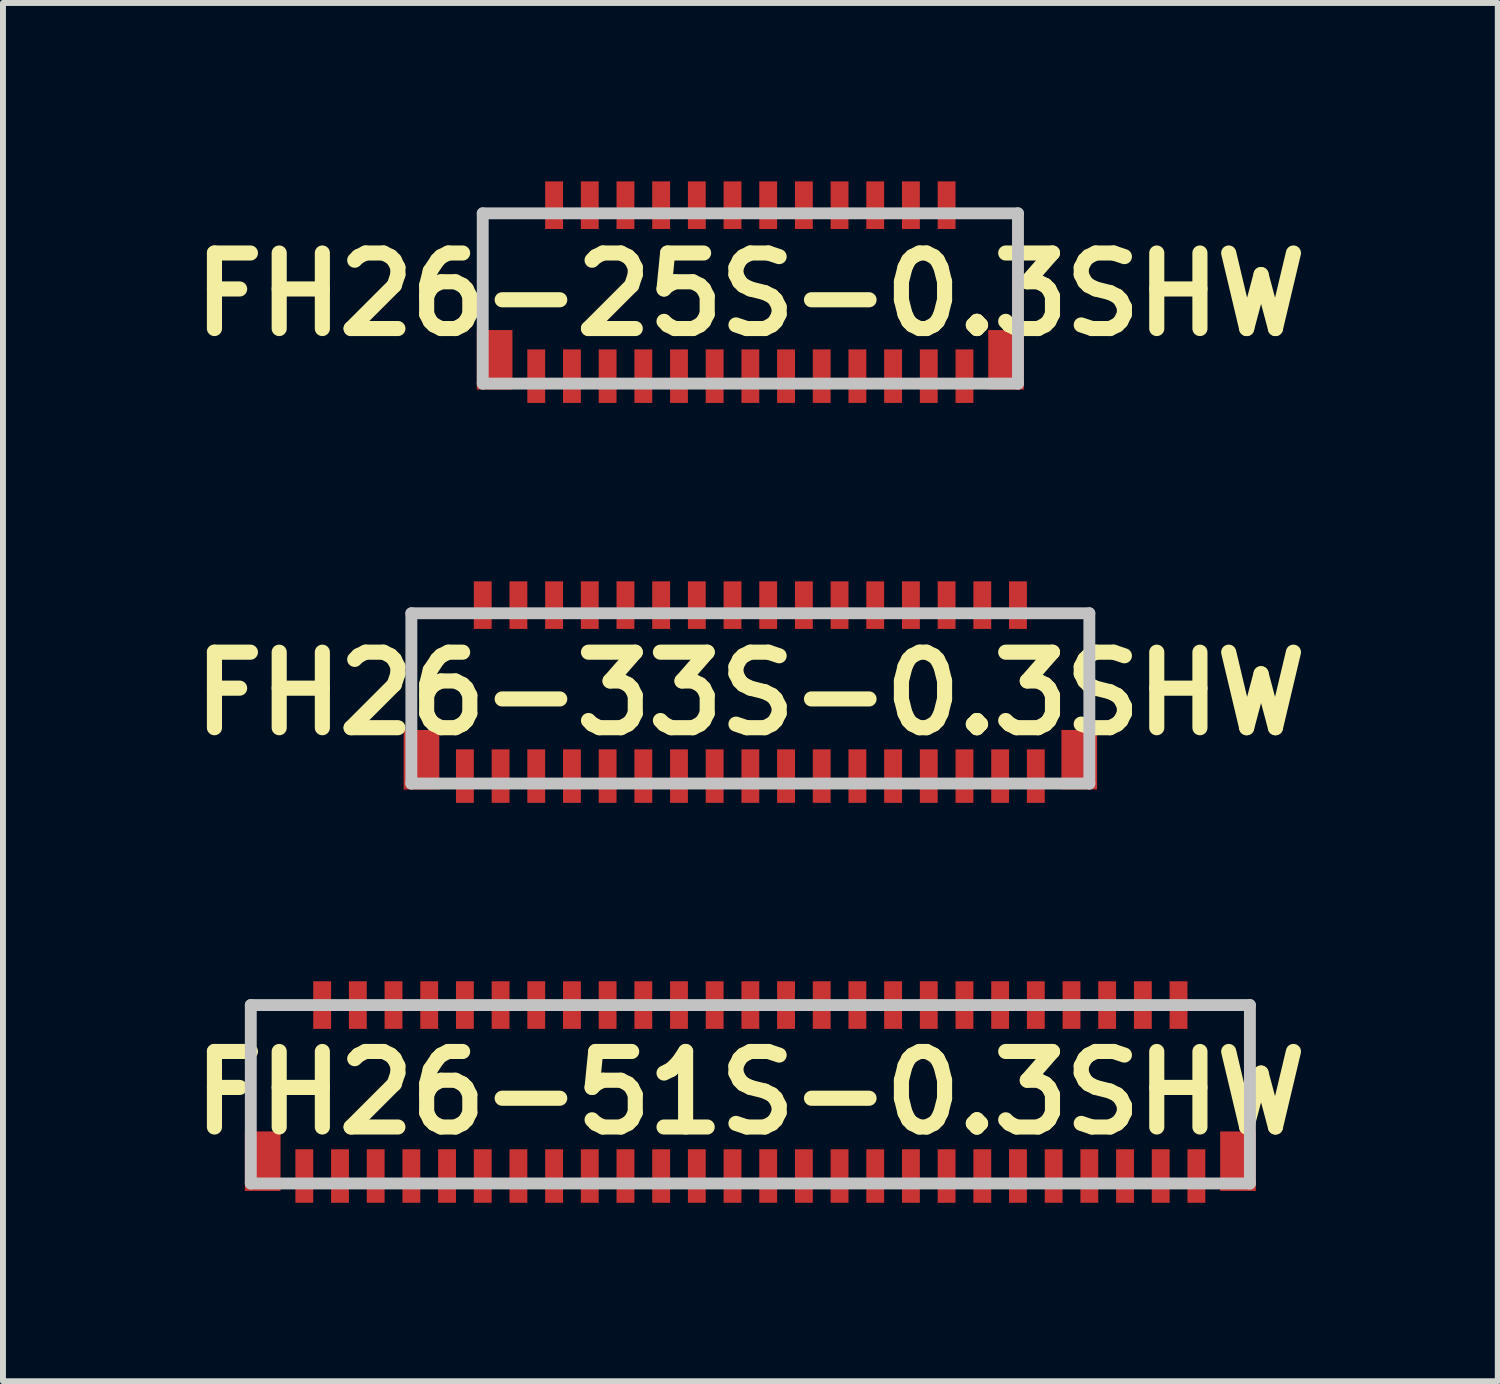
<source format=kicad_pcb>
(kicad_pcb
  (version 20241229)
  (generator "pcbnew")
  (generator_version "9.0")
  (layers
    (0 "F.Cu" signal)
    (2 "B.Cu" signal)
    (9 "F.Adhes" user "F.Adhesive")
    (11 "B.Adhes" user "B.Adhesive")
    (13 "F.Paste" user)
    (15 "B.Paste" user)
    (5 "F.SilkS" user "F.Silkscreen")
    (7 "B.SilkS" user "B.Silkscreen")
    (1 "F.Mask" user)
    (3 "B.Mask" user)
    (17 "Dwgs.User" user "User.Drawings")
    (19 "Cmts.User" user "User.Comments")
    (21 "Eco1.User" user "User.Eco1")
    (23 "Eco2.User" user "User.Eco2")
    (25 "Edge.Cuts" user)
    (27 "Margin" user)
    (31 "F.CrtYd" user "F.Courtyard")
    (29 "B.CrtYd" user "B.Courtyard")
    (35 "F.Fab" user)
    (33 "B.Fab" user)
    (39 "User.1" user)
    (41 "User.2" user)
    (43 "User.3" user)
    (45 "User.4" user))
  (footprint "FH26-33S-0.3SHW"
    (layer "F.Cu")
    (at 9.567 8.625)
    (property "Reference" "FH26-33S-0.3SHW" (at 0 -0.013 0) (layer "F.SilkS") (effects (font (size 1.27 1.27) (thickness 0.254))))
    (attr smd)
    (fp_line (start -5.7 -1.363) (end -5.7 0.287) (stroke (width 0.15) (type solid)) (layer "F.SilkS"))
    (fp_line (start -5.7 1.5) (end 5.7 1.5) (stroke (width 0.15) (type solid)) (layer "F.SilkS"))
    (fp_line (start 5.7 -1.363) (end 5.7 0.287) (stroke (width 0.15) (type solid)) (layer "F.SilkS"))
    (fp_line (start -5.7 -1.363) (end 5.7 -1.363) (stroke (width 0.2) (type solid)) (layer "Dwgs.User"))
    (fp_line (start -5.7 1.5) (end -5.7 -1.363) (stroke (width 0.2) (type solid)) (layer "Dwgs.User"))
    (fp_line (start 5.7 -1.363) (end 5.7 1.5) (stroke (width 0.2) (type solid)) (layer "Dwgs.User"))
    (fp_line (start 5.7 1.5) (end -5.7 1.5) (stroke (width 0.2) (type solid)) (layer "Dwgs.User"))
    (pad "1" smd rect (at -4.8 1.375) (size 0.3 0.9) (layers "F.Cu" "F.Mask" "F.Paste"))
    (pad "2" smd rect (at -4.5 -1.5) (size 0.3 0.8) (layers "F.Cu" "F.Mask" "F.Paste"))
    (pad "3" smd rect (at -4.2 1.375) (size 0.3 0.9) (layers "F.Cu" "F.Mask" "F.Paste"))
    (pad "4" smd rect (at -3.9 -1.5) (size 0.3 0.8) (layers "F.Cu" "F.Mask" "F.Paste"))
    (pad "5" smd rect (at -3.6 1.375) (size 0.3 0.9) (layers "F.Cu" "F.Mask" "F.Paste"))
    (pad "6" smd rect (at -3.3 -1.5) (size 0.3 0.8) (layers "F.Cu" "F.Mask" "F.Paste"))
    (pad "7" smd rect (at -3 1.375) (size 0.3 0.9) (layers "F.Cu" "F.Mask" "F.Paste"))
    (pad "8" smd rect (at -2.7 -1.5) (size 0.3 0.8) (layers "F.Cu" "F.Mask" "F.Paste"))
    (pad "9" smd rect (at -2.4 1.375) (size 0.3 0.9) (layers "F.Cu" "F.Mask" "F.Paste"))
    (pad "10" smd rect (at -2.1 -1.5) (size 0.3 0.8) (layers "F.Cu" "F.Mask" "F.Paste"))
    (pad "11" smd rect (at -1.8 1.375) (size 0.3 0.9) (layers "F.Cu" "F.Mask" "F.Paste"))
    (pad "12" smd rect (at -1.5 -1.5) (size 0.3 0.8) (layers "F.Cu" "F.Mask" "F.Paste"))
    (pad "13" smd rect (at -1.2 1.375) (size 0.3 0.9) (layers "F.Cu" "F.Mask" "F.Paste"))
    (pad "14" smd rect (at -0.9 -1.5) (size 0.3 0.8) (layers "F.Cu" "F.Mask" "F.Paste"))
    (pad "15" smd rect (at -0.6 1.375) (size 0.3 0.9) (layers "F.Cu" "F.Mask" "F.Paste"))
    (pad "16" smd rect (at -0.3 -1.5) (size 0.3 0.8) (layers "F.Cu" "F.Mask" "F.Paste"))
    (pad "17" smd rect (at 0 1.375) (size 0.3 0.9) (layers "F.Cu" "F.Mask" "F.Paste"))
    (pad "18" smd rect (at 0.3 -1.5) (size 0.3 0.8) (layers "F.Cu" "F.Mask" "F.Paste"))
    (pad "19" smd rect (at 0.6 1.375) (size 0.3 0.9) (layers "F.Cu" "F.Mask" "F.Paste"))
    (pad "20" smd rect (at 0.9 -1.5) (size 0.3 0.8) (layers "F.Cu" "F.Mask" "F.Paste"))
    (pad "21" smd rect (at 1.2 1.375) (size 0.3 0.9) (layers "F.Cu" "F.Mask" "F.Paste"))
    (pad "22" smd rect (at 1.5 -1.5) (size 0.3 0.8) (layers "F.Cu" "F.Mask" "F.Paste"))
    (pad "23" smd rect (at 1.8 1.375) (size 0.3 0.9) (layers "F.Cu" "F.Mask" "F.Paste"))
    (pad "24" smd rect (at 2.1 -1.5) (size 0.3 0.8) (layers "F.Cu" "F.Mask" "F.Paste"))
    (pad "25" smd rect (at 2.4 1.375) (size 0.3 0.9) (layers "F.Cu" "F.Mask" "F.Paste"))
    (pad "26" smd rect (at 2.7 -1.5) (size 0.3 0.8) (layers "F.Cu" "F.Mask" "F.Paste"))
    (pad "27" smd rect (at 3 1.375) (size 0.3 0.9) (layers "F.Cu" "F.Mask" "F.Paste"))
    (pad "28" smd rect (at 3.3 -1.5) (size 0.3 0.8) (layers "F.Cu" "F.Mask" "F.Paste"))
    (pad "29" smd rect (at 3.6 1.375) (size 0.3 0.9) (layers "F.Cu" "F.Mask" "F.Paste"))
    (pad "30" smd rect (at 3.9 -1.5) (size 0.3 0.8) (layers "F.Cu" "F.Mask" "F.Paste"))
    (pad "31" smd rect (at 4.2 1.375) (size 0.3 0.9) (layers "F.Cu" "F.Mask" "F.Paste"))
    (pad "32" smd rect (at 4.5 -1.5) (size 0.3 0.8) (layers "F.Cu" "F.Mask" "F.Paste"))
    (pad "33" smd rect (at 4.8 1.375) (size 0.3 0.9) (layers "F.Cu" "F.Mask" "F.Paste"))
    (pad "SH1" smd rect (at -5.53 1.1) (size 0.6 1) (layers "F.Cu" "F.Mask" "F.Paste"))
    (pad "SH2" smd rect (at 5.53 1.099) (size 0.6 1) (layers "F.Cu" "F.Mask" "F.Paste")))
  (footprint "FH26-51S-0.3SHW"
    (layer "F.Cu")
    (at 9.567 15.35)
    (property "Reference" "FH26-51S-0.3SHW" (at 0 -0.024 0) (layer "F.SilkS") (effects (font (size 1.27 1.27) (thickness 0.254))))
    (attr smd)
    (fp_line (start -8.4 -1.5) (end -7.5 -1.5) (stroke (width 0.1) (type solid)) (layer "F.SilkS"))
    (fp_line (start -8.4 0.5) (end -8.4 -1.5) (stroke (width 0.1) (type solid)) (layer "F.SilkS"))
    (fp_line (start 7.5 -1.5) (end 8.4 -1.5) (stroke (width 0.1) (type solid)) (layer "F.SilkS"))
    (fp_line (start 8.4 -1.5) (end 8.4 0.5) (stroke (width 0.1) (type solid)) (layer "F.SilkS"))
    (fp_line (start -8.4 -1.5) (end 8.4 -1.5) (stroke (width 0.2) (type solid)) (layer "Dwgs.User"))
    (fp_line (start -8.4 1.5) (end -8.4 -1.5) (stroke (width 0.2) (type solid)) (layer "Dwgs.User"))
    (fp_line (start 8.4 -1.5) (end 8.4 1.5) (stroke (width 0.2) (type solid)) (layer "Dwgs.User"))
    (fp_line (start 8.4 1.5) (end -8.4 1.5) (stroke (width 0.2) (type solid)) (layer "Dwgs.User"))
    (pad "1" smd rect (at -7.5 1.375) (size 0.3 0.9) (layers "F.Cu" "F.Mask" "F.Paste"))
    (pad "2" smd rect (at -6.9 1.375) (size 0.3 0.9) (layers "F.Cu" "F.Mask" "F.Paste"))
    (pad "3" smd rect (at -6.3 1.375) (size 0.3 0.9) (layers "F.Cu" "F.Mask" "F.Paste"))
    (pad "4" smd rect (at -5.7 1.375) (size 0.3 0.9) (layers "F.Cu" "F.Mask" "F.Paste"))
    (pad "5" smd rect (at -5.1 1.375) (size 0.3 0.9) (layers "F.Cu" "F.Mask" "F.Paste"))
    (pad "6" smd rect (at -4.5 1.375) (size 0.3 0.9) (layers "F.Cu" "F.Mask" "F.Paste"))
    (pad "7" smd rect (at -3.9 1.375) (size 0.3 0.9) (layers "F.Cu" "F.Mask" "F.Paste"))
    (pad "8" smd rect (at -3.3 1.375) (size 0.3 0.9) (layers "F.Cu" "F.Mask" "F.Paste"))
    (pad "9" smd rect (at -2.7 1.375) (size 0.3 0.9) (layers "F.Cu" "F.Mask" "F.Paste"))
    (pad "10" smd rect (at -2.1 1.375) (size 0.3 0.9) (layers "F.Cu" "F.Mask" "F.Paste"))
    (pad "11" smd rect (at -1.5 1.375) (size 0.3 0.9) (layers "F.Cu" "F.Mask" "F.Paste"))
    (pad "12" smd rect (at -0.9 1.375) (size 0.3 0.9) (layers "F.Cu" "F.Mask" "F.Paste"))
    (pad "13" smd rect (at -0.3 1.375) (size 0.3 0.9) (layers "F.Cu" "F.Mask" "F.Paste"))
    (pad "14" smd rect (at 0.3 1.375) (size 0.3 0.9) (layers "F.Cu" "F.Mask" "F.Paste"))
    (pad "15" smd rect (at 0.9 1.375) (size 0.3 0.9) (layers "F.Cu" "F.Mask" "F.Paste"))
    (pad "16" smd rect (at 1.5 1.375) (size 0.3 0.9) (layers "F.Cu" "F.Mask" "F.Paste"))
    (pad "17" smd rect (at 2.1 1.375) (size 0.3 0.9) (layers "F.Cu" "F.Mask" "F.Paste"))
    (pad "18" smd rect (at 2.7 1.375) (size 0.3 0.9) (layers "F.Cu" "F.Mask" "F.Paste"))
    (pad "19" smd rect (at 3.3 1.375) (size 0.3 0.9) (layers "F.Cu" "F.Mask" "F.Paste"))
    (pad "20" smd rect (at 3.9 1.375) (size 0.3 0.9) (layers "F.Cu" "F.Mask" "F.Paste"))
    (pad "21" smd rect (at 4.5 1.375) (size 0.3 0.9) (layers "F.Cu" "F.Mask" "F.Paste"))
    (pad "22" smd rect (at 5.1 1.375) (size 0.3 0.9) (layers "F.Cu" "F.Mask" "F.Paste"))
    (pad "23" smd rect (at 5.7 1.375) (size 0.3 0.9) (layers "F.Cu" "F.Mask" "F.Paste"))
    (pad "24" smd rect (at 6.3 1.375) (size 0.3 0.9) (layers "F.Cu" "F.Mask" "F.Paste"))
    (pad "25" smd rect (at 6.9 1.375) (size 0.3 0.9) (layers "F.Cu" "F.Mask" "F.Paste"))
    (pad "26" smd rect (at 7.5 1.375) (size 0.3 0.9) (layers "F.Cu" "F.Mask" "F.Paste"))
    (pad "27" smd rect (at -7.2 -1.5) (size 0.3 0.8) (layers "F.Cu" "F.Mask" "F.Paste"))
    (pad "28" smd rect (at -6.6 -1.5) (size 0.3 0.8) (layers "F.Cu" "F.Mask" "F.Paste"))
    (pad "29" smd rect (at -6 -1.5) (size 0.3 0.8) (layers "F.Cu" "F.Mask" "F.Paste"))
    (pad "30" smd rect (at -5.4 -1.5) (size 0.3 0.8) (layers "F.Cu" "F.Mask" "F.Paste"))
    (pad "31" smd rect (at -4.8 -1.5) (size 0.3 0.8) (layers "F.Cu" "F.Mask" "F.Paste"))
    (pad "32" smd rect (at -4.2 -1.5) (size 0.3 0.8) (layers "F.Cu" "F.Mask" "F.Paste"))
    (pad "33" smd rect (at -3.6 -1.5) (size 0.3 0.8) (layers "F.Cu" "F.Mask" "F.Paste"))
    (pad "34" smd rect (at -3 -1.5) (size 0.3 0.8) (layers "F.Cu" "F.Mask" "F.Paste"))
    (pad "35" smd rect (at -2.4 -1.5) (size 0.3 0.8) (layers "F.Cu" "F.Mask" "F.Paste"))
    (pad "36" smd rect (at -1.8 -1.5) (size 0.3 0.8) (layers "F.Cu" "F.Mask" "F.Paste"))
    (pad "37" smd rect (at -1.2 -1.5) (size 0.3 0.8) (layers "F.Cu" "F.Mask" "F.Paste"))
    (pad "38" smd rect (at -0.6 -1.5) (size 0.3 0.8) (layers "F.Cu" "F.Mask" "F.Paste"))
    (pad "39" smd rect (at 0 -1.5) (size 0.3 0.8) (layers "F.Cu" "F.Mask" "F.Paste"))
    (pad "40" smd rect (at 0.6 -1.5) (size 0.3 0.8) (layers "F.Cu" "F.Mask" "F.Paste"))
    (pad "41" smd rect (at 1.2 -1.5) (size 0.3 0.8) (layers "F.Cu" "F.Mask" "F.Paste"))
    (pad "42" smd rect (at 1.8 -1.5) (size 0.3 0.8) (layers "F.Cu" "F.Mask" "F.Paste"))
    (pad "43" smd rect (at 2.4 -1.5) (size 0.3 0.8) (layers "F.Cu" "F.Mask" "F.Paste"))
    (pad "44" smd rect (at 3 -1.5) (size 0.3 0.8) (layers "F.Cu" "F.Mask" "F.Paste"))
    (pad "45" smd rect (at 3.6 -1.5) (size 0.3 0.8) (layers "F.Cu" "F.Mask" "F.Paste"))
    (pad "46" smd rect (at 4.2 -1.5) (size 0.3 0.8) (layers "F.Cu" "F.Mask" "F.Paste"))
    (pad "47" smd rect (at 4.8 -1.5) (size 0.3 0.8) (layers "F.Cu" "F.Mask" "F.Paste"))
    (pad "48" smd rect (at 5.4 -1.5) (size 0.3 0.8) (layers "F.Cu" "F.Mask" "F.Paste"))
    (pad "49" smd rect (at 6 -1.5) (size 0.3 0.8) (layers "F.Cu" "F.Mask" "F.Paste"))
    (pad "50" smd rect (at 6.6 -1.5) (size 0.3 0.8) (layers "F.Cu" "F.Mask" "F.Paste"))
    (pad "51" smd rect (at 7.2 -1.5) (size 0.3 0.8) (layers "F.Cu" "F.Mask" "F.Paste"))
    (pad "SH1" smd rect (at -8.2 1.125) (size 0.6 1) (layers "F.Cu" "F.Mask" "F.Paste"))
    (pad "SH2" smd rect (at 8.2 1.125) (size 0.6 1) (layers "F.Cu" "F.Mask" "F.Paste")))
  (footprint "FH26-25S-0.3SHW"
    (layer "F.Cu")
    (at 9.567 1.9)
    (property "Reference" "FH26-25S-0.3SHW" (at 0 0 0) (layer "F.SilkS") (effects (font (size 1.27 1.27) (thickness 0.254))))
    (attr smd)
    (fp_line (start -4.5 -1.35) (end -4.5 0.15) (stroke (width 0.1) (type solid)) (layer "F.SilkS"))
    (fp_line (start -3.6 -1.363) (end -4.5 -1.363) (stroke (width 0.1) (type solid)) (layer "F.SilkS"))
    (fp_line (start 3.6 -1.363) (end 4.5 -1.363) (stroke (width 0.1) (type solid)) (layer "F.SilkS"))
    (fp_line (start 4.5 -1.35) (end 4.5 0.15) (stroke (width 0.1) (type solid)) (layer "F.SilkS"))
    (fp_line (start -4.5 -1.363) (end 4.5 -1.363) (stroke (width 0.2) (type solid)) (layer "Dwgs.User"))
    (fp_line (start -4.5 1.5) (end -4.5 -1.363) (stroke (width 0.2) (type solid)) (layer "Dwgs.User"))
    (fp_line (start 4.5 -1.363) (end 4.5 1.5) (stroke (width 0.2) (type solid)) (layer "Dwgs.User"))
    (fp_line (start 4.5 1.5) (end -4.5 1.5) (stroke (width 0.2) (type solid)) (layer "Dwgs.User"))
    (pad "1" smd rect (at -3.6 1.375) (size 0.3 0.9) (layers "F.Cu" "F.Mask" "F.Paste"))
    (pad "2" smd rect (at -3.3 -1.5) (size 0.3 0.8) (layers "F.Cu" "F.Mask" "F.Paste"))
    (pad "3" smd rect (at -3 1.375) (size 0.3 0.9) (layers "F.Cu" "F.Mask" "F.Paste"))
    (pad "4" smd rect (at -2.7 -1.5) (size 0.3 0.8) (layers "F.Cu" "F.Mask" "F.Paste"))
    (pad "5" smd rect (at -2.4 1.375) (size 0.3 0.9) (layers "F.Cu" "F.Mask" "F.Paste"))
    (pad "6" smd rect (at -2.1 -1.5) (size 0.3 0.8) (layers "F.Cu" "F.Mask" "F.Paste"))
    (pad "7" smd rect (at -1.8 1.375) (size 0.3 0.9) (layers "F.Cu" "F.Mask" "F.Paste"))
    (pad "8" smd rect (at -1.5 -1.5) (size 0.3 0.8) (layers "F.Cu" "F.Mask" "F.Paste"))
    (pad "9" smd rect (at -1.2 1.375) (size 0.3 0.9) (layers "F.Cu" "F.Mask" "F.Paste"))
    (pad "10" smd rect (at -0.9 -1.5) (size 0.3 0.8) (layers "F.Cu" "F.Mask" "F.Paste"))
    (pad "11" smd rect (at -0.6 1.375) (size 0.3 0.9) (layers "F.Cu" "F.Mask" "F.Paste"))
    (pad "12" smd rect (at -0.3 -1.5) (size 0.3 0.8) (layers "F.Cu" "F.Mask" "F.Paste"))
    (pad "13" smd rect (at 0 1.375) (size 0.3 0.9) (layers "F.Cu" "F.Mask" "F.Paste"))
    (pad "14" smd rect (at 0.3 -1.5) (size 0.3 0.8) (layers "F.Cu" "F.Mask" "F.Paste"))
    (pad "15" smd rect (at 0.6 1.375) (size 0.3 0.9) (layers "F.Cu" "F.Mask" "F.Paste"))
    (pad "16" smd rect (at 0.9 -1.5) (size 0.3 0.8) (layers "F.Cu" "F.Mask" "F.Paste"))
    (pad "17" smd rect (at 1.2 1.375) (size 0.3 0.9) (layers "F.Cu" "F.Mask" "F.Paste"))
    (pad "18" smd rect (at 1.5 -1.5) (size 0.3 0.8) (layers "F.Cu" "F.Mask" "F.Paste"))
    (pad "19" smd rect (at 1.8 1.375) (size 0.3 0.9) (layers "F.Cu" "F.Mask" "F.Paste"))
    (pad "20" smd rect (at 2.1 -1.5) (size 0.3 0.8) (layers "F.Cu" "F.Mask" "F.Paste"))
    (pad "21" smd rect (at 2.4 1.375) (size 0.3 0.9) (layers "F.Cu" "F.Mask" "F.Paste"))
    (pad "22" smd rect (at 2.7 -1.5) (size 0.3 0.8) (layers "F.Cu" "F.Mask" "F.Paste"))
    (pad "23" smd rect (at 3 1.375) (size 0.3 0.9) (layers "F.Cu" "F.Mask" "F.Paste"))
    (pad "24" smd rect (at 3.3 -1.5) (size 0.3 0.8) (layers "F.Cu" "F.Mask" "F.Paste"))
    (pad "25" smd rect (at 3.6 1.375) (size 0.3 0.9) (layers "F.Cu" "F.Mask" "F.Paste"))
    (pad "SH1" smd rect (at -4.3 1.1) (size 0.6 1) (layers "F.Cu" "F.Mask" "F.Paste"))
    (pad "SH2" smd rect (at 4.3 1.1) (size 0.6 1) (layers "F.Cu" "F.Mask" "F.Paste")))
  (gr_rect
    (start -3 -3)
    (end 22.135 20.175)
    (stroke (width 0.1) (type default))
    (fill no)
    (layer "Edge.Cuts")))
</source>
